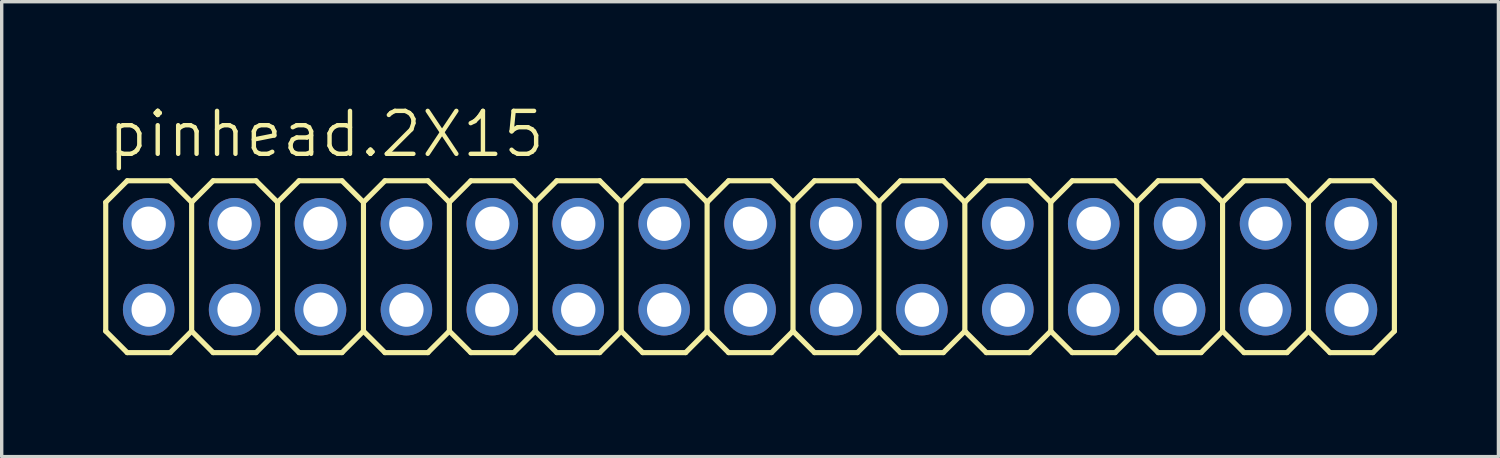
<source format=kicad_pcb>
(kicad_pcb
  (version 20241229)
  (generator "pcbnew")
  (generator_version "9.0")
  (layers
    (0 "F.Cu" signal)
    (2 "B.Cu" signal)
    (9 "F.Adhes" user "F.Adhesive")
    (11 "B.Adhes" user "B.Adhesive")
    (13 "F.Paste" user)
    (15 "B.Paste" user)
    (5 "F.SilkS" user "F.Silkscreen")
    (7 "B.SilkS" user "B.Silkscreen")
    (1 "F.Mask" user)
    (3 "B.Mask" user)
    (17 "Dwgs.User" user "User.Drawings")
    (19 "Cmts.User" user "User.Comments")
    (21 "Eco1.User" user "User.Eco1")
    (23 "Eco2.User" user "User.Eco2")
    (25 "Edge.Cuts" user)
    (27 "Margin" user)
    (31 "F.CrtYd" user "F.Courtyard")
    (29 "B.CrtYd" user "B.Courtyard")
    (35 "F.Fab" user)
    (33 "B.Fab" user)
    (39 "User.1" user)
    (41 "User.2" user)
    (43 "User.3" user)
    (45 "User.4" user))
  (footprint "pinhead.2X15"
    (layer "F.Cu")
    (at 19.126 4.835)
    (property "Reference" "pinhead.2X15" (at -19.05 -3.175 0) (layer "F.SilkS") (effects (font (size 1.27 1.27) (thickness 0.13)) (justify left bottom)))
    (attr through_hole)
    (fp_line (start -19.05 -1.905) (end -18.415 -2.54) (stroke (width 0.152) (type default)) (layer "F.SilkS"))
    (fp_line (start -19.05 1.905) (end -19.05 -1.905) (stroke (width 0.152) (type default)) (layer "F.SilkS"))
    (fp_line (start -19.05 1.905) (end -18.415 2.54) (stroke (width 0.152) (type default)) (layer "F.SilkS"))
    (fp_line (start -18.415 -2.54) (end -17.145 -2.54) (stroke (width 0.152) (type default)) (layer "F.SilkS"))
    (fp_line (start -18.415 2.54) (end -17.145 2.54) (stroke (width 0.152) (type default)) (layer "F.SilkS"))
    (fp_line (start -17.145 -2.54) (end -16.51 -1.905) (stroke (width 0.152) (type default)) (layer "F.SilkS"))
    (fp_line (start -17.145 2.54) (end -16.51 1.905) (stroke (width 0.152) (type default)) (layer "F.SilkS"))
    (fp_line (start -16.51 -1.905) (end -16.51 1.905) (stroke (width 0.152) (type default)) (layer "F.SilkS"))
    (fp_line (start -16.51 -1.905) (end -15.875 -2.54) (stroke (width 0.152) (type default)) (layer "F.SilkS"))
    (fp_line (start -16.51 1.905) (end -15.875 2.54) (stroke (width 0.152) (type default)) (layer "F.SilkS"))
    (fp_line (start -15.875 -2.54) (end -14.605 -2.54) (stroke (width 0.152) (type default)) (layer "F.SilkS"))
    (fp_line (start -15.875 2.54) (end -14.605 2.54) (stroke (width 0.152) (type default)) (layer "F.SilkS"))
    (fp_line (start -14.605 -2.54) (end -13.97 -1.905) (stroke (width 0.152) (type default)) (layer "F.SilkS"))
    (fp_line (start -14.605 2.54) (end -13.97 1.905) (stroke (width 0.152) (type default)) (layer "F.SilkS"))
    (fp_line (start -13.97 -1.905) (end -13.97 1.905) (stroke (width 0.152) (type default)) (layer "F.SilkS"))
    (fp_line (start -13.97 -1.905) (end -13.335 -2.54) (stroke (width 0.152) (type default)) (layer "F.SilkS"))
    (fp_line (start -13.97 1.905) (end -13.335 2.54) (stroke (width 0.152) (type default)) (layer "F.SilkS"))
    (fp_line (start -13.335 -2.54) (end -12.065 -2.54) (stroke (width 0.152) (type default)) (layer "F.SilkS"))
    (fp_line (start -13.335 2.54) (end -12.065 2.54) (stroke (width 0.152) (type default)) (layer "F.SilkS"))
    (fp_line (start -12.065 -2.54) (end -11.43 -1.905) (stroke (width 0.152) (type default)) (layer "F.SilkS"))
    (fp_line (start -12.065 2.54) (end -11.43 1.905) (stroke (width 0.152) (type default)) (layer "F.SilkS"))
    (fp_line (start -11.43 -1.905) (end -11.43 1.905) (stroke (width 0.152) (type default)) (layer "F.SilkS"))
    (fp_line (start -11.43 -1.905) (end -10.795 -2.54) (stroke (width 0.152) (type default)) (layer "F.SilkS"))
    (fp_line (start -11.43 1.905) (end -10.795 2.54) (stroke (width 0.152) (type default)) (layer "F.SilkS"))
    (fp_line (start -10.795 -2.54) (end -9.525 -2.54) (stroke (width 0.152) (type default)) (layer "F.SilkS"))
    (fp_line (start -10.795 2.54) (end -9.525 2.54) (stroke (width 0.152) (type default)) (layer "F.SilkS"))
    (fp_line (start -9.525 -2.54) (end -8.89 -1.905) (stroke (width 0.152) (type default)) (layer "F.SilkS"))
    (fp_line (start -9.525 2.54) (end -8.89 1.905) (stroke (width 0.152) (type default)) (layer "F.SilkS"))
    (fp_line (start -8.89 -1.905) (end -8.89 1.905) (stroke (width 0.152) (type default)) (layer "F.SilkS"))
    (fp_line (start -8.89 -1.905) (end -8.255 -2.54) (stroke (width 0.152) (type default)) (layer "F.SilkS"))
    (fp_line (start -8.89 1.905) (end -8.255 2.54) (stroke (width 0.152) (type default)) (layer "F.SilkS"))
    (fp_line (start -8.255 -2.54) (end -6.985 -2.54) (stroke (width 0.152) (type default)) (layer "F.SilkS"))
    (fp_line (start -8.255 2.54) (end -6.985 2.54) (stroke (width 0.152) (type default)) (layer "F.SilkS"))
    (fp_line (start -6.985 -2.54) (end -6.35 -1.905) (stroke (width 0.152) (type default)) (layer "F.SilkS"))
    (fp_line (start -6.985 2.54) (end -6.35 1.905) (stroke (width 0.152) (type default)) (layer "F.SilkS"))
    (fp_line (start -6.35 -1.905) (end -6.35 1.905) (stroke (width 0.152) (type default)) (layer "F.SilkS"))
    (fp_line (start -6.35 -1.905) (end -5.715 -2.54) (stroke (width 0.152) (type default)) (layer "F.SilkS"))
    (fp_line (start -6.35 1.905) (end -5.715 2.54) (stroke (width 0.152) (type default)) (layer "F.SilkS"))
    (fp_line (start -5.715 -2.54) (end -4.445 -2.54) (stroke (width 0.152) (type default)) (layer "F.SilkS"))
    (fp_line (start -5.715 2.54) (end -4.445 2.54) (stroke (width 0.152) (type default)) (layer "F.SilkS"))
    (fp_line (start -4.445 -2.54) (end -3.81 -1.905) (stroke (width 0.152) (type default)) (layer "F.SilkS"))
    (fp_line (start -4.445 2.54) (end -3.81 1.905) (stroke (width 0.152) (type default)) (layer "F.SilkS"))
    (fp_line (start -3.81 -1.905) (end -3.81 1.905) (stroke (width 0.152) (type default)) (layer "F.SilkS"))
    (fp_line (start -3.81 -1.905) (end -3.175 -2.54) (stroke (width 0.152) (type default)) (layer "F.SilkS"))
    (fp_line (start -3.81 1.905) (end -3.175 2.54) (stroke (width 0.152) (type default)) (layer "F.SilkS"))
    (fp_line (start -3.175 -2.54) (end -1.905 -2.54) (stroke (width 0.152) (type default)) (layer "F.SilkS"))
    (fp_line (start -1.905 -2.54) (end -1.27 -1.905) (stroke (width 0.152) (type default)) (layer "F.SilkS"))
    (fp_line (start -1.905 2.54) (end -3.175 2.54) (stroke (width 0.152) (type default)) (layer "F.SilkS"))
    (fp_line (start -1.27 -1.905) (end -1.27 1.905) (stroke (width 0.152) (type default)) (layer "F.SilkS"))
    (fp_line (start -1.27 -1.905) (end -0.635 -2.54) (stroke (width 0.152) (type default)) (layer "F.SilkS"))
    (fp_line (start -1.27 1.905) (end -1.905 2.54) (stroke (width 0.152) (type default)) (layer "F.SilkS"))
    (fp_line (start -1.27 1.905) (end -0.635 2.54) (stroke (width 0.152) (type default)) (layer "F.SilkS"))
    (fp_line (start -0.635 -2.54) (end 0.635 -2.54) (stroke (width 0.152) (type default)) (layer "F.SilkS"))
    (fp_line (start 0.635 -2.54) (end 1.27 -1.905) (stroke (width 0.152) (type default)) (layer "F.SilkS"))
    (fp_line (start 0.635 2.54) (end -0.635 2.54) (stroke (width 0.152) (type default)) (layer "F.SilkS"))
    (fp_line (start 1.27 -1.905) (end 1.27 1.905) (stroke (width 0.152) (type default)) (layer "F.SilkS"))
    (fp_line (start 1.27 -1.905) (end 1.905 -2.54) (stroke (width 0.152) (type default)) (layer "F.SilkS"))
    (fp_line (start 1.27 1.905) (end 0.635 2.54) (stroke (width 0.152) (type default)) (layer "F.SilkS"))
    (fp_line (start 1.27 1.905) (end 1.905 2.54) (stroke (width 0.152) (type default)) (layer "F.SilkS"))
    (fp_line (start 1.905 -2.54) (end 3.175 -2.54) (stroke (width 0.152) (type default)) (layer "F.SilkS"))
    (fp_line (start 3.175 -2.54) (end 3.81 -1.905) (stroke (width 0.152) (type default)) (layer "F.SilkS"))
    (fp_line (start 3.175 2.54) (end 1.905 2.54) (stroke (width 0.152) (type default)) (layer "F.SilkS"))
    (fp_line (start 3.81 -1.905) (end 3.81 1.905) (stroke (width 0.152) (type default)) (layer "F.SilkS"))
    (fp_line (start 3.81 -1.905) (end 4.445 -2.54) (stroke (width 0.152) (type default)) (layer "F.SilkS"))
    (fp_line (start 3.81 1.905) (end 3.175 2.54) (stroke (width 0.152) (type default)) (layer "F.SilkS"))
    (fp_line (start 3.81 1.905) (end 4.445 2.54) (stroke (width 0.152) (type default)) (layer "F.SilkS"))
    (fp_line (start 4.445 -2.54) (end 5.715 -2.54) (stroke (width 0.152) (type default)) (layer "F.SilkS"))
    (fp_line (start 5.715 -2.54) (end 6.35 -1.905) (stroke (width 0.152) (type default)) (layer "F.SilkS"))
    (fp_line (start 5.715 2.54) (end 4.445 2.54) (stroke (width 0.152) (type default)) (layer "F.SilkS"))
    (fp_line (start 6.35 -1.905) (end 6.35 1.905) (stroke (width 0.152) (type default)) (layer "F.SilkS"))
    (fp_line (start 6.35 -1.905) (end 6.985 -2.54) (stroke (width 0.152) (type default)) (layer "F.SilkS"))
    (fp_line (start 6.35 1.905) (end 5.715 2.54) (stroke (width 0.152) (type default)) (layer "F.SilkS"))
    (fp_line (start 6.35 1.905) (end 6.985 2.54) (stroke (width 0.152) (type default)) (layer "F.SilkS"))
    (fp_line (start 6.985 -2.54) (end 8.255 -2.54) (stroke (width 0.152) (type default)) (layer "F.SilkS"))
    (fp_line (start 8.255 -2.54) (end 8.89 -1.905) (stroke (width 0.152) (type default)) (layer "F.SilkS"))
    (fp_line (start 8.255 2.54) (end 6.985 2.54) (stroke (width 0.152) (type default)) (layer "F.SilkS"))
    (fp_line (start 8.89 -1.905) (end 8.89 1.905) (stroke (width 0.152) (type default)) (layer "F.SilkS"))
    (fp_line (start 8.89 -1.905) (end 9.525 -2.54) (stroke (width 0.152) (type default)) (layer "F.SilkS"))
    (fp_line (start 8.89 1.905) (end 8.255 2.54) (stroke (width 0.152) (type default)) (layer "F.SilkS"))
    (fp_line (start 8.89 1.905) (end 9.525 2.54) (stroke (width 0.152) (type default)) (layer "F.SilkS"))
    (fp_line (start 9.525 -2.54) (end 10.795 -2.54) (stroke (width 0.152) (type default)) (layer "F.SilkS"))
    (fp_line (start 10.795 2.54) (end 9.525 2.54) (stroke (width 0.152) (type default)) (layer "F.SilkS"))
    (fp_line (start 11.43 -1.905) (end 10.795 -2.54) (stroke (width 0.152) (type default)) (layer "F.SilkS"))
    (fp_line (start 11.43 -1.905) (end 11.43 1.905) (stroke (width 0.152) (type default)) (layer "F.SilkS"))
    (fp_line (start 11.43 -1.905) (end 12.065 -2.54) (stroke (width 0.152) (type default)) (layer "F.SilkS"))
    (fp_line (start 11.43 1.905) (end 10.795 2.54) (stroke (width 0.152) (type default)) (layer "F.SilkS"))
    (fp_line (start 11.43 1.905) (end 12.065 2.54) (stroke (width 0.152) (type default)) (layer "F.SilkS"))
    (fp_line (start 13.335 -2.54) (end 12.065 -2.54) (stroke (width 0.152) (type default)) (layer "F.SilkS"))
    (fp_line (start 13.335 -2.54) (end 13.97 -1.905) (stroke (width 0.152) (type default)) (layer "F.SilkS"))
    (fp_line (start 13.335 2.54) (end 12.065 2.54) (stroke (width 0.152) (type default)) (layer "F.SilkS"))
    (fp_line (start 13.97 -1.905) (end 13.97 1.905) (stroke (width 0.152) (type default)) (layer "F.SilkS"))
    (fp_line (start 13.97 -1.905) (end 14.605 -2.54) (stroke (width 0.152) (type default)) (layer "F.SilkS"))
    (fp_line (start 13.97 1.905) (end 13.335 2.54) (stroke (width 0.152) (type default)) (layer "F.SilkS"))
    (fp_line (start 13.97 1.905) (end 14.605 2.54) (stroke (width 0.152) (type default)) (layer "F.SilkS"))
    (fp_line (start 15.875 -2.54) (end 14.605 -2.54) (stroke (width 0.152) (type default)) (layer "F.SilkS"))
    (fp_line (start 15.875 -2.54) (end 16.51 -1.905) (stroke (width 0.152) (type default)) (layer "F.SilkS"))
    (fp_line (start 15.875 2.54) (end 14.605 2.54) (stroke (width 0.152) (type default)) (layer "F.SilkS"))
    (fp_line (start 16.51 -1.905) (end 16.51 1.905) (stroke (width 0.152) (type default)) (layer "F.SilkS"))
    (fp_line (start 16.51 -1.905) (end 17.145 -2.54) (stroke (width 0.152) (type default)) (layer "F.SilkS"))
    (fp_line (start 16.51 1.905) (end 15.875 2.54) (stroke (width 0.152) (type default)) (layer "F.SilkS"))
    (fp_line (start 17.145 2.54) (end 16.51 1.905) (stroke (width 0.152) (type default)) (layer "F.SilkS"))
    (fp_line (start 17.145 2.54) (end 18.415 2.54) (stroke (width 0.152) (type default)) (layer "F.SilkS"))
    (fp_line (start 18.415 -2.54) (end 17.145 -2.54) (stroke (width 0.152) (type default)) (layer "F.SilkS"))
    (fp_line (start 18.415 -2.54) (end 19.05 -1.905) (stroke (width 0.152) (type default)) (layer "F.SilkS"))
    (fp_line (start 19.05 -1.905) (end 19.05 1.905) (stroke (width 0.152) (type default)) (layer "F.SilkS"))
    (fp_line (start 19.05 1.905) (end 18.415 2.54) (stroke (width 0.152) (type default)) (layer "F.SilkS"))
    (fp_rect (start -18.034 -1.016) (end -17.526 -1.524) (stroke (width 0.05) (type default)) (fill no) (layer "F.Fab"))
    (fp_rect (start -18.034 1.524) (end -17.526 1.016) (stroke (width 0.05) (type default)) (fill no) (layer "F.Fab"))
    (fp_rect (start -15.494 -1.016) (end -14.986 -1.524) (stroke (width 0.05) (type default)) (fill no) (layer "F.Fab"))
    (fp_rect (start -15.494 1.524) (end -14.986 1.016) (stroke (width 0.05) (type default)) (fill no) (layer "F.Fab"))
    (fp_rect (start -12.954 -1.016) (end -12.446 -1.524) (stroke (width 0.05) (type default)) (fill no) (layer "F.Fab"))
    (fp_rect (start -12.954 1.524) (end -12.446 1.016) (stroke (width 0.05) (type default)) (fill no) (layer "F.Fab"))
    (fp_rect (start -10.414 -1.016) (end -9.906 -1.524) (stroke (width 0.05) (type default)) (fill no) (layer "F.Fab"))
    (fp_rect (start -10.414 1.524) (end -9.906 1.016) (stroke (width 0.05) (type default)) (fill no) (layer "F.Fab"))
    (fp_rect (start -7.874 -1.016) (end -7.366 -1.524) (stroke (width 0.05) (type default)) (fill no) (layer "F.Fab"))
    (fp_rect (start -7.874 1.524) (end -7.366 1.016) (stroke (width 0.05) (type default)) (fill no) (layer "F.Fab"))
    (fp_rect (start -5.334 -1.016) (end -4.826 -1.524) (stroke (width 0.05) (type default)) (fill no) (layer "F.Fab"))
    (fp_rect (start -5.334 1.524) (end -4.826 1.016) (stroke (width 0.05) (type default)) (fill no) (layer "F.Fab"))
    (fp_rect (start -2.794 -1.016) (end -2.286 -1.524) (stroke (width 0.05) (type default)) (fill no) (layer "F.Fab"))
    (fp_rect (start -2.794 1.524) (end -2.286 1.016) (stroke (width 0.05) (type default)) (fill no) (layer "F.Fab"))
    (fp_rect (start -0.254 -1.016) (end 0.254 -1.524) (stroke (width 0.05) (type default)) (fill no) (layer "F.Fab"))
    (fp_rect (start -0.254 1.524) (end 0.254 1.016) (stroke (width 0.05) (type default)) (fill no) (layer "F.Fab"))
    (fp_rect (start 2.286 -1.016) (end 2.794 -1.524) (stroke (width 0.05) (type default)) (fill no) (layer "F.Fab"))
    (fp_rect (start 2.286 1.524) (end 2.794 1.016) (stroke (width 0.05) (type default)) (fill no) (layer "F.Fab"))
    (fp_rect (start 4.826 -1.016) (end 5.334 -1.524) (stroke (width 0.05) (type default)) (fill no) (layer "F.Fab"))
    (fp_rect (start 4.826 1.524) (end 5.334 1.016) (stroke (width 0.05) (type default)) (fill no) (layer "F.Fab"))
    (fp_rect (start 7.366 -1.016) (end 7.874 -1.524) (stroke (width 0.05) (type default)) (fill no) (layer "F.Fab"))
    (fp_rect (start 7.366 1.524) (end 7.874 1.016) (stroke (width 0.05) (type default)) (fill no) (layer "F.Fab"))
    (fp_rect (start 9.906 -1.016) (end 10.414 -1.524) (stroke (width 0.05) (type default)) (fill no) (layer "F.Fab"))
    (fp_rect (start 9.906 1.524) (end 10.414 1.016) (stroke (width 0.05) (type default)) (fill no) (layer "F.Fab"))
    (fp_rect (start 12.446 -1.016) (end 12.954 -1.524) (stroke (width 0.05) (type default)) (fill no) (layer "F.Fab"))
    (fp_rect (start 12.446 1.524) (end 12.954 1.016) (stroke (width 0.05) (type default)) (fill no) (layer "F.Fab"))
    (fp_rect (start 14.986 -1.016) (end 15.494 -1.524) (stroke (width 0.05) (type default)) (fill no) (layer "F.Fab"))
    (fp_rect (start 14.986 1.524) (end 15.494 1.016) (stroke (width 0.05) (type default)) (fill no) (layer "F.Fab"))
    (fp_rect (start 17.526 -1.016) (end 18.034 -1.524) (stroke (width 0.05) (type default)) (fill no) (layer "F.Fab"))
    (fp_rect (start 17.526 1.524) (end 18.034 1.016) (stroke (width 0.05) (type default)) (fill no) (layer "F.Fab"))
    (pad "1" thru_hole circle (at -17.78 1.27) (size 1.524 1.524) (drill 1.016) (layers "*.Cu" "*.Mask"))
    (pad "2" thru_hole circle (at -17.78 -1.27) (size 1.524 1.524) (drill 1.016) (layers "*.Cu" "*.Mask"))
    (pad "3" thru_hole circle (at -15.24 1.27) (size 1.524 1.524) (drill 1.016) (layers "*.Cu" "*.Mask"))
    (pad "4" thru_hole circle (at -15.24 -1.27) (size 1.524 1.524) (drill 1.016) (layers "*.Cu" "*.Mask"))
    (pad "5" thru_hole circle (at -12.7 1.27) (size 1.524 1.524) (drill 1.016) (layers "*.Cu" "*.Mask"))
    (pad "6" thru_hole circle (at -12.7 -1.27) (size 1.524 1.524) (drill 1.016) (layers "*.Cu" "*.Mask"))
    (pad "7" thru_hole circle (at -10.16 1.27) (size 1.524 1.524) (drill 1.016) (layers "*.Cu" "*.Mask"))
    (pad "8" thru_hole circle (at -10.16 -1.27) (size 1.524 1.524) (drill 1.016) (layers "*.Cu" "*.Mask"))
    (pad "9" thru_hole circle (at -7.62 1.27) (size 1.524 1.524) (drill 1.016) (layers "*.Cu" "*.Mask"))
    (pad "10" thru_hole circle (at -7.62 -1.27) (size 1.524 1.524) (drill 1.016) (layers "*.Cu" "*.Mask"))
    (pad "11" thru_hole circle (at -5.08 1.27) (size 1.524 1.524) (drill 1.016) (layers "*.Cu" "*.Mask"))
    (pad "12" thru_hole circle (at -5.08 -1.27) (size 1.524 1.524) (drill 1.016) (layers "*.Cu" "*.Mask"))
    (pad "13" thru_hole circle (at -2.54 1.27) (size 1.524 1.524) (drill 1.016) (layers "*.Cu" "*.Mask"))
    (pad "14" thru_hole circle (at -2.54 -1.27) (size 1.524 1.524) (drill 1.016) (layers "*.Cu" "*.Mask"))
    (pad "15" thru_hole circle (at 0 1.27) (size 1.524 1.524) (drill 1.016) (layers "*.Cu" "*.Mask"))
    (pad "16" thru_hole circle (at 0 -1.27) (size 1.524 1.524) (drill 1.016) (layers "*.Cu" "*.Mask"))
    (pad "17" thru_hole circle (at 2.54 1.27) (size 1.524 1.524) (drill 1.016) (layers "*.Cu" "*.Mask"))
    (pad "18" thru_hole circle (at 2.54 -1.27) (size 1.524 1.524) (drill 1.016) (layers "*.Cu" "*.Mask"))
    (pad "19" thru_hole circle (at 5.08 1.27) (size 1.524 1.524) (drill 1.016) (layers "*.Cu" "*.Mask"))
    (pad "20" thru_hole circle (at 5.08 -1.27) (size 1.524 1.524) (drill 1.016) (layers "*.Cu" "*.Mask"))
    (pad "21" thru_hole circle (at 7.62 1.27) (size 1.524 1.524) (drill 1.016) (layers "*.Cu" "*.Mask"))
    (pad "22" thru_hole circle (at 7.62 -1.27) (size 1.524 1.524) (drill 1.016) (layers "*.Cu" "*.Mask"))
    (pad "23" thru_hole circle (at 10.16 1.27) (size 1.524 1.524) (drill 1.016) (layers "*.Cu" "*.Mask"))
    (pad "24" thru_hole circle (at 10.16 -1.27) (size 1.524 1.524) (drill 1.016) (layers "*.Cu" "*.Mask"))
    (pad "25" thru_hole circle (at 12.7 1.27) (size 1.524 1.524) (drill 1.016) (layers "*.Cu" "*.Mask"))
    (pad "26" thru_hole circle (at 12.7 -1.27) (size 1.524 1.524) (drill 1.016) (layers "*.Cu" "*.Mask"))
    (pad "27" thru_hole circle (at 15.24 1.27) (size 1.524 1.524) (drill 1.016) (layers "*.Cu" "*.Mask"))
    (pad "28" thru_hole circle (at 15.24 -1.27) (size 1.524 1.524) (drill 1.016) (layers "*.Cu" "*.Mask"))
    (pad "29" thru_hole circle (at 17.78 1.27) (size 1.524 1.524) (drill 1.016) (layers "*.Cu" "*.Mask"))
    (pad "30" thru_hole circle (at 17.78 -1.27) (size 1.524 1.524) (drill 1.016) (layers "*.Cu" "*.Mask")))
  (gr_rect
    (start -3 -3)
    (end 41.252 10.451)
    (stroke (width 0.1) (type default))
    (fill no)
    (layer "Edge.Cuts")))
</source>
